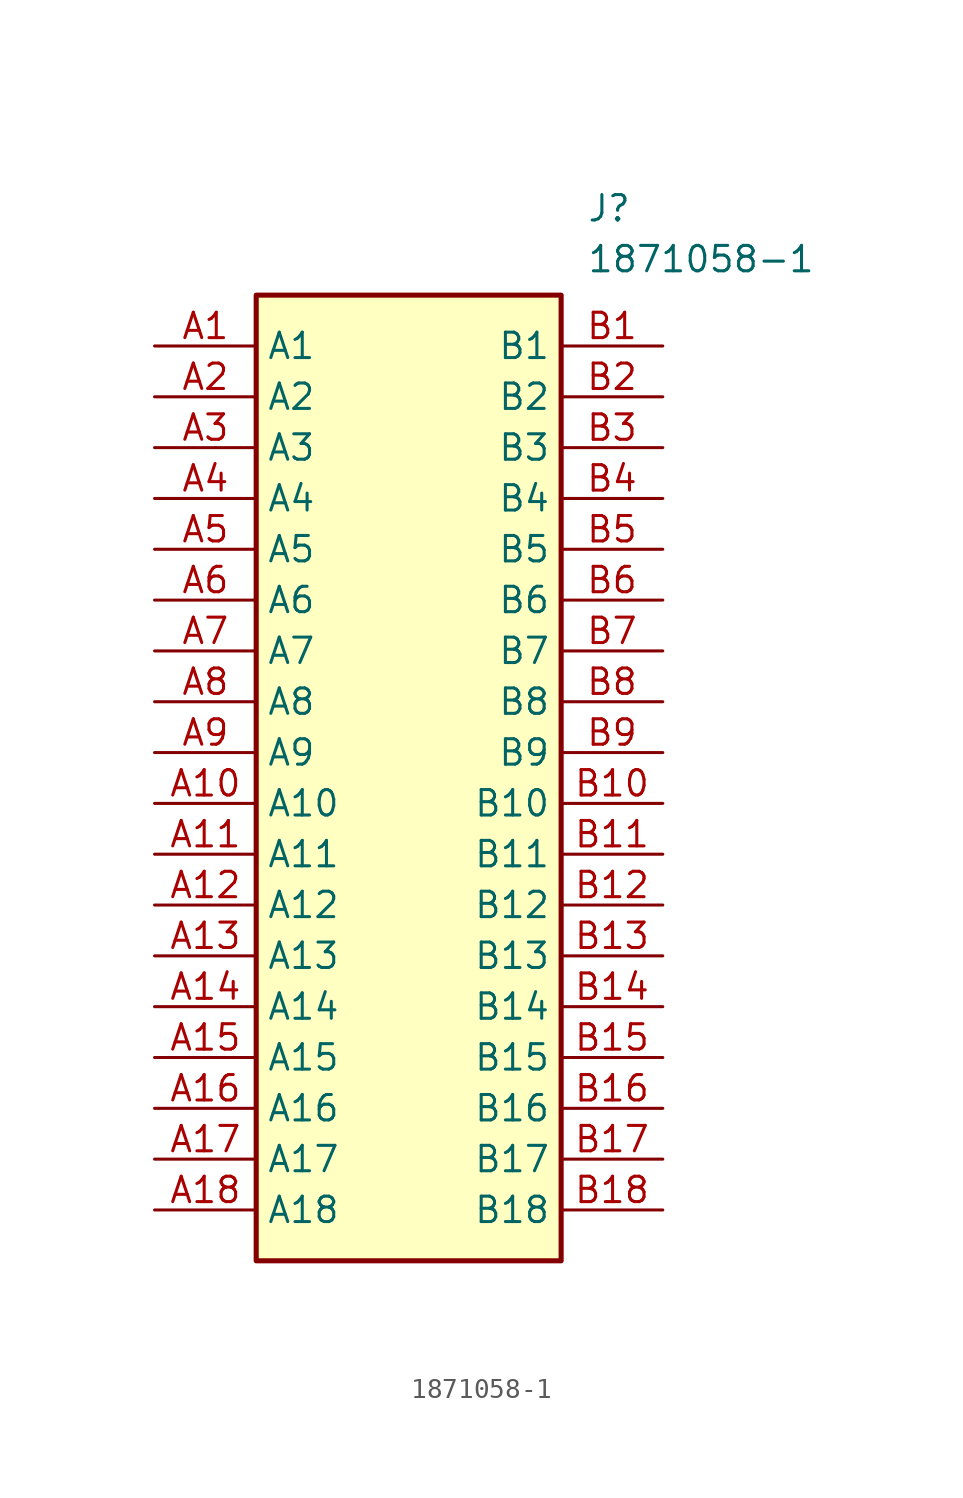
<source format=kicad_sym>
(kicad_symbol_lib
  (version 20211014)
  (generator SamacSys_ECAD_Model)
  (symbol "1871058-1"
    (property "Reference" "J"
      (at 21.59 7.62 0)
      (effects (font (size 1.27 1.27)) (justify left top)))
    (property "Value" "1871058-1"
      (at 21.59 5.08 0)
      (effects (font (size 1.27 1.27)) (justify left top)))
    (rectangle
      (start 5.08 2.54)
      (end 20.32 -45.72)
      (stroke (width 0.254) (type default))
      (fill (type background)))
    (pin passive line
      (at 0 0 0)
      (length 5.08)
      (name "A1" (effects (font (size 1.27 1.27))))
      (number "A1" (effects (font (size 1.27 1.27)))))
    (pin passive line
      (at 0 -2.54 0)
      (length 5.08)
      (name "A2" (effects (font (size 1.27 1.27))))
      (number "A2" (effects (font (size 1.27 1.27)))))
    (pin passive line
      (at 0 -5.08 0)
      (length 5.08)
      (name "A3" (effects (font (size 1.27 1.27))))
      (number "A3" (effects (font (size 1.27 1.27)))))
    (pin passive line
      (at 0 -7.62 0)
      (length 5.08)
      (name "A4" (effects (font (size 1.27 1.27))))
      (number "A4" (effects (font (size 1.27 1.27)))))
    (pin passive line
      (at 0 -10.16 0)
      (length 5.08)
      (name "A5" (effects (font (size 1.27 1.27))))
      (number "A5" (effects (font (size 1.27 1.27)))))
    (pin passive line
      (at 0 -12.7 0)
      (length 5.08)
      (name "A6" (effects (font (size 1.27 1.27))))
      (number "A6" (effects (font (size 1.27 1.27)))))
    (pin passive line
      (at 0 -15.24 0)
      (length 5.08)
      (name "A7" (effects (font (size 1.27 1.27))))
      (number "A7" (effects (font (size 1.27 1.27)))))
    (pin passive line
      (at 0 -17.78 0)
      (length 5.08)
      (name "A8" (effects (font (size 1.27 1.27))))
      (number "A8" (effects (font (size 1.27 1.27)))))
    (pin passive line
      (at 0 -20.32 0)
      (length 5.08)
      (name "A9" (effects (font (size 1.27 1.27))))
      (number "A9" (effects (font (size 1.27 1.27)))))
    (pin passive line
      (at 0 -22.86 0)
      (length 5.08)
      (name "A10" (effects (font (size 1.27 1.27))))
      (number "A10" (effects (font (size 1.27 1.27)))))
    (pin passive line
      (at 0 -25.4 0)
      (length 5.08)
      (name "A11" (effects (font (size 1.27 1.27))))
      (number "A11" (effects (font (size 1.27 1.27)))))
    (pin passive line
      (at 0 -27.94 0)
      (length 5.08)
      (name "A12" (effects (font (size 1.27 1.27))))
      (number "A12" (effects (font (size 1.27 1.27)))))
    (pin passive line
      (at 0 -30.48 0)
      (length 5.08)
      (name "A13" (effects (font (size 1.27 1.27))))
      (number "A13" (effects (font (size 1.27 1.27)))))
    (pin passive line
      (at 0 -33.02 0)
      (length 5.08)
      (name "A14" (effects (font (size 1.27 1.27))))
      (number "A14" (effects (font (size 1.27 1.27)))))
    (pin passive line
      (at 0 -35.56 0)
      (length 5.08)
      (name "A15" (effects (font (size 1.27 1.27))))
      (number "A15" (effects (font (size 1.27 1.27)))))
    (pin passive line
      (at 0 -38.1 0)
      (length 5.08)
      (name "A16" (effects (font (size 1.27 1.27))))
      (number "A16" (effects (font (size 1.27 1.27)))))
    (pin passive line
      (at 0 -40.64 0)
      (length 5.08)
      (name "A17" (effects (font (size 1.27 1.27))))
      (number "A17" (effects (font (size 1.27 1.27)))))
    (pin passive line
      (at 0 -43.18 0)
      (length 5.08)
      (name "A18" (effects (font (size 1.27 1.27))))
      (number "A18" (effects (font (size 1.27 1.27)))))
    (pin passive line
      (at 25.4 0 180)
      (length 5.08)
      (name "B1" (effects (font (size 1.27 1.27))))
      (number "B1" (effects (font (size 1.27 1.27)))))
    (pin passive line
      (at 25.4 -2.54 180)
      (length 5.08)
      (name "B2" (effects (font (size 1.27 1.27))))
      (number "B2" (effects (font (size 1.27 1.27)))))
    (pin passive line
      (at 25.4 -5.08 180)
      (length 5.08)
      (name "B3" (effects (font (size 1.27 1.27))))
      (number "B3" (effects (font (size 1.27 1.27)))))
    (pin passive line
      (at 25.4 -7.62 180)
      (length 5.08)
      (name "B4" (effects (font (size 1.27 1.27))))
      (number "B4" (effects (font (size 1.27 1.27)))))
    (pin passive line
      (at 25.4 -10.16 180)
      (length 5.08)
      (name "B5" (effects (font (size 1.27 1.27))))
      (number "B5" (effects (font (size 1.27 1.27)))))
    (pin passive line
      (at 25.4 -12.7 180)
      (length 5.08)
      (name "B6" (effects (font (size 1.27 1.27))))
      (number "B6" (effects (font (size 1.27 1.27)))))
    (pin passive line
      (at 25.4 -15.24 180)
      (length 5.08)
      (name "B7" (effects (font (size 1.27 1.27))))
      (number "B7" (effects (font (size 1.27 1.27)))))
    (pin passive line
      (at 25.4 -17.78 180)
      (length 5.08)
      (name "B8" (effects (font (size 1.27 1.27))))
      (number "B8" (effects (font (size 1.27 1.27)))))
    (pin passive line
      (at 25.4 -20.32 180)
      (length 5.08)
      (name "B9" (effects (font (size 1.27 1.27))))
      (number "B9" (effects (font (size 1.27 1.27)))))
    (pin passive line
      (at 25.4 -22.86 180)
      (length 5.08)
      (name "B10" (effects (font (size 1.27 1.27))))
      (number "B10" (effects (font (size 1.27 1.27)))))
    (pin passive line
      (at 25.4 -25.4 180)
      (length 5.08)
      (name "B11" (effects (font (size 1.27 1.27))))
      (number "B11" (effects (font (size 1.27 1.27)))))
    (pin passive line
      (at 25.4 -27.94 180)
      (length 5.08)
      (name "B12" (effects (font (size 1.27 1.27))))
      (number "B12" (effects (font (size 1.27 1.27)))))
    (pin passive line
      (at 25.4 -30.48 180)
      (length 5.08)
      (name "B13" (effects (font (size 1.27 1.27))))
      (number "B13" (effects (font (size 1.27 1.27)))))
    (pin passive line
      (at 25.4 -33.02 180)
      (length 5.08)
      (name "B14" (effects (font (size 1.27 1.27))))
      (number "B14" (effects (font (size 1.27 1.27)))))
    (pin passive line
      (at 25.4 -35.56 180)
      (length 5.08)
      (name "B15" (effects (font (size 1.27 1.27))))
      (number "B15" (effects (font (size 1.27 1.27)))))
    (pin passive line
      (at 25.4 -38.1 180)
      (length 5.08)
      (name "B16" (effects (font (size 1.27 1.27))))
      (number "B16" (effects (font (size 1.27 1.27)))))
    (pin passive line
      (at 25.4 -40.64 180)
      (length 5.08)
      (name "B17" (effects (font (size 1.27 1.27))))
      (number "B17" (effects (font (size 1.27 1.27)))))
    (pin passive line
      (at 25.4 -43.18 180)
      (length 5.08)
      (name "B18" (effects (font (size 1.27 1.27))))
      (number "B18" (effects (font (size 1.27 1.27)))))))
</source>
